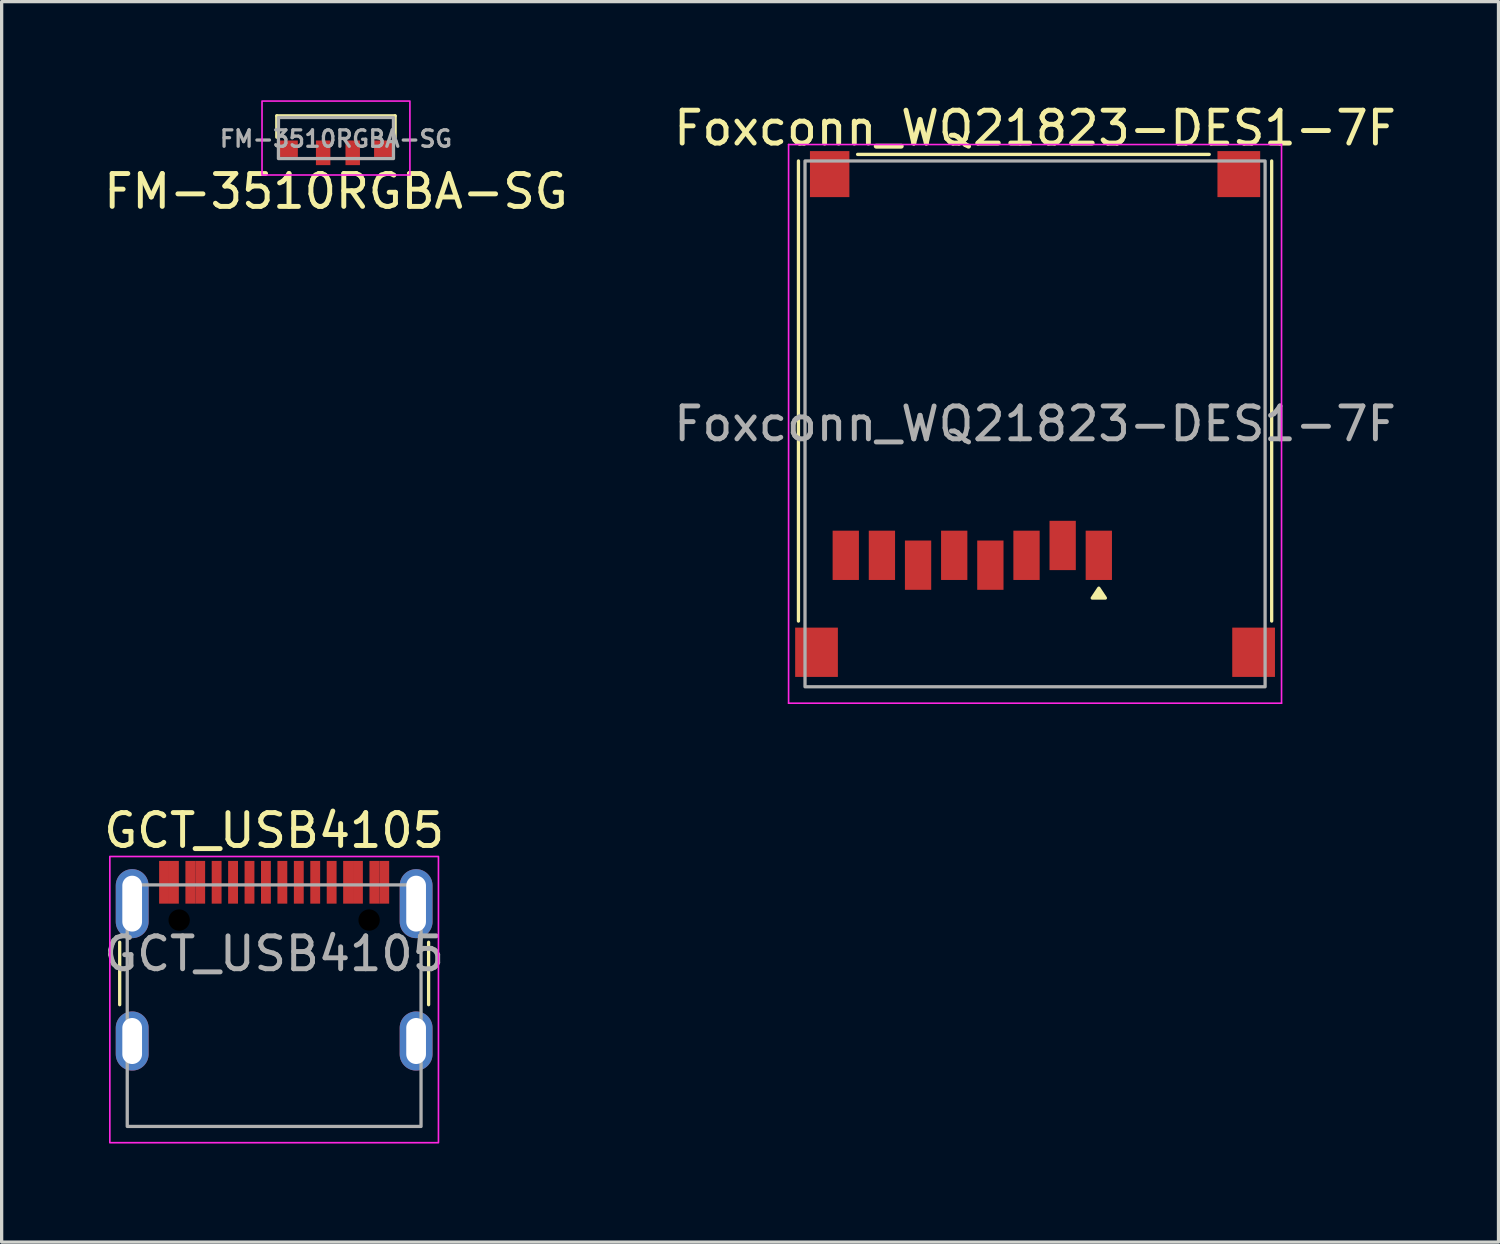
<source format=kicad_pcb>
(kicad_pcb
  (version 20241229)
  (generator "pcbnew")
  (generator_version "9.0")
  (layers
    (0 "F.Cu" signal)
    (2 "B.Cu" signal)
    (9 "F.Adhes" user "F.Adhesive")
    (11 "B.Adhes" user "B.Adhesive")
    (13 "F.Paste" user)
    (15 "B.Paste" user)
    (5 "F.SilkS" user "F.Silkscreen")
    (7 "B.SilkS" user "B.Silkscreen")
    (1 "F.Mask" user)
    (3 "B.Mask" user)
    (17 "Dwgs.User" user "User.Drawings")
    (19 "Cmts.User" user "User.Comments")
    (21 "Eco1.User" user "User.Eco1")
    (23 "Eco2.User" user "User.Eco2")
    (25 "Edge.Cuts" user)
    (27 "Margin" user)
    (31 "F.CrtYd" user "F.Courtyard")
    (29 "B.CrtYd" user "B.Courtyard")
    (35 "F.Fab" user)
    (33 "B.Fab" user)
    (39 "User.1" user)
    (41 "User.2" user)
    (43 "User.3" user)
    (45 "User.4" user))
  (footprint "GCT_USB4105"
    (layer "F.Cu")
    (at 5.292 25.973)
    (property "Reference" "GCT_USB4105" (at 0 -3.751 0) (unlocked yes) (layer "F.SilkS") (effects (font (size 1 1) (thickness 0.15))))
    (attr smd)
    (fp_line (start -4.7 1.549) (end -4.7 -0.351) (stroke (width 0.1) (type default)) (layer "F.SilkS"))
    (fp_line (start 4.7 1.549) (end 4.7 -0.351) (stroke (width 0.1) (type default)) (layer "F.SilkS"))
    (fp_rect (start -5 -2.961) (end 5 5.749) (stroke (width 0.05) (type default)) (fill no) (layer "F.CrtYd"))
    (fp_rect (start -4.47 -2.096) (end 4.47 5.254) (stroke (width 0.1) (type default)) (fill no) (layer "F.Fab"))
    (fp_text user "${REFERENCE}" (at 0 0 0) (unlocked yes) (layer "F.Fab") (effects (font (size 1 1) (thickness 0.15))))
    (pad "" np_thru_hole circle (at -2.89 -1.026) (size 0.65 0.65) (drill 0.65) (layers "*.Mask"))
    (pad "" np_thru_hole circle (at 2.89 -1.026) (size 0.65 0.65) (drill 0.65) (layers "*.Mask"))
    (pad "A1" smd rect (at -3.35 -2.176) (size 0.3 1.3) (layers "F.Cu" "F.Mask" "F.Paste"))
    (pad "A4" smd rect (at -2.55 -2.176) (size 0.3 1.3) (layers "F.Cu" "F.Mask" "F.Paste"))
    (pad "A5" smd rect (at -1.25 -2.176) (size 0.3 1.3) (layers "F.Cu" "F.Mask" "F.Paste"))
    (pad "A6" smd rect (at -0.25 -2.176) (size 0.3 1.3) (layers "F.Cu" "F.Mask" "F.Paste"))
    (pad "A7" smd rect (at 0.25 -2.176) (size 0.3 1.3) (layers "F.Cu" "F.Mask" "F.Paste"))
    (pad "A8" smd rect (at 1.25 -2.176) (size 0.3 1.3) (layers "F.Cu" "F.Mask" "F.Paste"))
    (pad "A9" smd rect (at 2.55 -2.176) (size 0.3 1.3) (layers "F.Cu" "F.Mask" "F.Paste"))
    (pad "A12" smd rect (at 3.35 -2.176) (size 0.3 1.3) (layers "F.Cu" "F.Mask" "F.Paste"))
    (pad "B1" smd rect (at 3.05 -2.176) (size 0.3 1.3) (layers "F.Cu" "F.Mask" "F.Paste"))
    (pad "B4" smd rect (at 2.25 -2.176) (size 0.3 1.3) (layers "F.Cu" "F.Mask" "F.Paste"))
    (pad "B5" smd rect (at 1.75 -2.176) (size 0.3 1.3) (layers "F.Cu" "F.Mask" "F.Paste"))
    (pad "B6" smd rect (at 0.75 -2.176) (size 0.3 1.3) (layers "F.Cu" "F.Mask" "F.Paste"))
    (pad "B7" smd rect (at -0.75 -2.176) (size 0.3 1.3) (layers "F.Cu" "F.Mask" "F.Paste"))
    (pad "B8" smd rect (at -1.75 -2.176) (size 0.3 1.3) (layers "F.Cu" "F.Mask" "F.Paste"))
    (pad "B9" smd rect (at -2.25 -2.176) (size 0.3 1.3) (layers "F.Cu" "F.Mask" "F.Paste"))
    (pad "B12" smd rect (at -3.05 -2.176) (size 0.3 1.3) (layers "F.Cu" "F.Mask" "F.Paste"))
    (pad "S1" thru_hole oval (at -4.32 -1.526) (size 1 2.1) (drill oval 0.6 1.7) (property pad_prop_mechanical) (layers "*.Cu" "*.Mask"))
    (pad "S1" thru_hole oval (at -4.32 2.654) (size 1 1.8) (drill oval 0.6 1.4) (property pad_prop_mechanical) (layers "*.Cu" "*.Mask"))
    (pad "S1" thru_hole oval (at 4.32 -1.526) (size 1 2.1) (drill oval 0.6 1.7) (property pad_prop_mechanical) (layers "*.Cu" "*.Mask"))
    (pad "S1" thru_hole oval (at 4.32 2.654) (size 1 1.8) (drill oval 0.6 1.4) (property pad_prop_mechanical) (layers "*.Cu" "*.Mask")))
  (footprint "Foxconn_WQ21823-DES1-7F"
    (layer "F.Cu")
    (at 28.421 9.598)
    (property "Reference" "Foxconn_WQ21823-DES1-7F" (at 0.025 -8.75 0) (unlocked yes) (layer "F.SilkS") (effects (font (size 1 1) (thickness 0.15))))
    (attr smd)
    (fp_line (start -7.175 6.25) (end -7.175 -7.75) (stroke (width 0.1) (type default)) (layer "F.SilkS"))
    (fp_line (start 5.325 -7.95) (end -5.375 -7.95) (stroke (width 0.1) (type default)) (layer "F.SilkS"))
    (fp_line (start 7.225 6.25) (end 7.225 -7.75) (stroke (width 0.1) (type default)) (layer "F.SilkS"))
    (fp_poly (pts (xy 1.965 5.25) (xy 1.765 5.55) (xy 2.165 5.55)) (stroke (width 0.1) (type solid)) (fill yes) (layer "F.SilkS"))
    (fp_line (start -7.475 -8.25) (end -7.475 8.75) (stroke (width 0.05) (type default)) (layer "F.CrtYd"))
    (fp_line (start -7.475 -8.25) (end 7.525 -8.25) (stroke (width 0.05) (type default)) (layer "F.CrtYd"))
    (fp_line (start -7.475 8.75) (end 7.525 8.75) (stroke (width 0.05) (type default)) (layer "F.CrtYd"))
    (fp_line (start 7.525 -8.25) (end 7.525 8.75) (stroke (width 0.05) (type default)) (layer "F.CrtYd"))
    (fp_rect (start -6.975 -7.75) (end 7.025 8.25) (stroke (width 0.1) (type default)) (fill no) (layer "F.Fab"))
    (fp_text user "${REFERENCE}" (at 0.025 0.25 0) (unlocked yes) (layer "F.Fab") (effects (font (size 1 1) (thickness 0.15))))
    (pad "1" smd rect (at 1.965 4.25) (size 0.8 1.5) (layers "F.Cu" "F.Mask" "F.Paste"))
    (pad "2" smd rect (at 0.865 3.95) (size 0.8 1.5) (layers "F.Cu" "F.Mask" "F.Paste"))
    (pad "3" smd rect (at -0.235 4.25) (size 0.8 1.5) (layers "F.Cu" "F.Mask" "F.Paste"))
    (pad "4" smd rect (at -1.335 4.55) (size 0.8 1.5) (layers "F.Cu" "F.Mask" "F.Paste"))
    (pad "5" smd rect (at -2.435 4.25) (size 0.8 1.5) (layers "F.Cu" "F.Mask" "F.Paste"))
    (pad "6" smd rect (at -3.535 4.55) (size 0.8 1.5) (layers "F.Cu" "F.Mask" "F.Paste"))
    (pad "7" smd rect (at -4.635 4.25) (size 0.8 1.5) (layers "F.Cu" "F.Mask" "F.Paste"))
    (pad "8" smd rect (at -5.735 4.25) (size 0.8 1.5) (layers "F.Cu" "F.Mask" "F.Paste"))
    (pad "9" smd rect (at 6.225 -7.35) (size 1.3 1.4) (layers "F.Cu" "F.Mask" "F.Paste"))
    (pad "10" smd rect (at -6.225 -7.35) (size 1.2 1.4) (layers "F.Cu" "F.Mask" "F.Paste"))
    (pad "11" smd rect (at -6.625 7.2) (size 1.3 1.5) (layers "F.Cu" "F.Mask" "F.Paste"))
    (pad "11" smd rect (at 6.675 7.2) (size 1.3 1.5) (layers "F.Cu" "F.Mask" "F.Paste")))
  (footprint "FM-3510RGBA-SG"
    (layer "F.Cu")
    (at 7.173 1.025)
    (property "Reference" "FM-3510RGBA-SG" (at 0 1.75 0) (unlocked yes) (layer "F.SilkS") (effects (font (size 1 1) (thickness 0.15))))
    (attr smd)
    (fp_line (start -1.8 -0.55) (end -1.8 0.1) (stroke (width 0.1) (type default)) (layer "F.SilkS"))
    (fp_line (start 1.8 -0.55) (end -1.8 -0.55) (stroke (width 0.1) (type default)) (layer "F.SilkS"))
    (fp_line (start 1.8 0.1) (end 1.8 -0.55) (stroke (width 0.1) (type default)) (layer "F.SilkS"))
    (fp_rect (start -2.25 -1) (end 2.25 1.25) (stroke (width 0.05) (type default)) (fill no) (layer "F.CrtYd"))
    (fp_rect (start -1.75 -0.5) (end 1.75 0.75) (stroke (width 0.1) (type default)) (fill no) (layer "F.Fab"))
    (fp_text user "${REFERENCE}" (at 0 0.15 0) (unlocked yes) (layer "F.Fab") (effects (font (size 0.5 0.5) (thickness 0.1) (bold yes))))
    (pad "1" smd rect (at -1.46 0.45) (size 0.6 0.5) (layers "F.Cu" "F.Mask" "F.Paste"))
    (pad "2" smd rect (at -0.39 0.575) (size 0.44 0.75) (layers "F.Cu" "F.Mask" "F.Paste"))
    (pad "3" smd rect (at 0.51 0.575) (size 0.44 0.75) (layers "F.Cu" "F.Mask" "F.Paste"))
    (pad "4" smd rect (at 1.46 0.45) (size 0.6 0.5) (layers "F.Cu" "F.Mask" "F.Paste")))
  (gr_rect
    (start -3 -3)
    (end 42.548 34.746)
    (stroke (width 0.1) (type default))
    (fill no)
    (layer "Edge.Cuts")))
</source>
